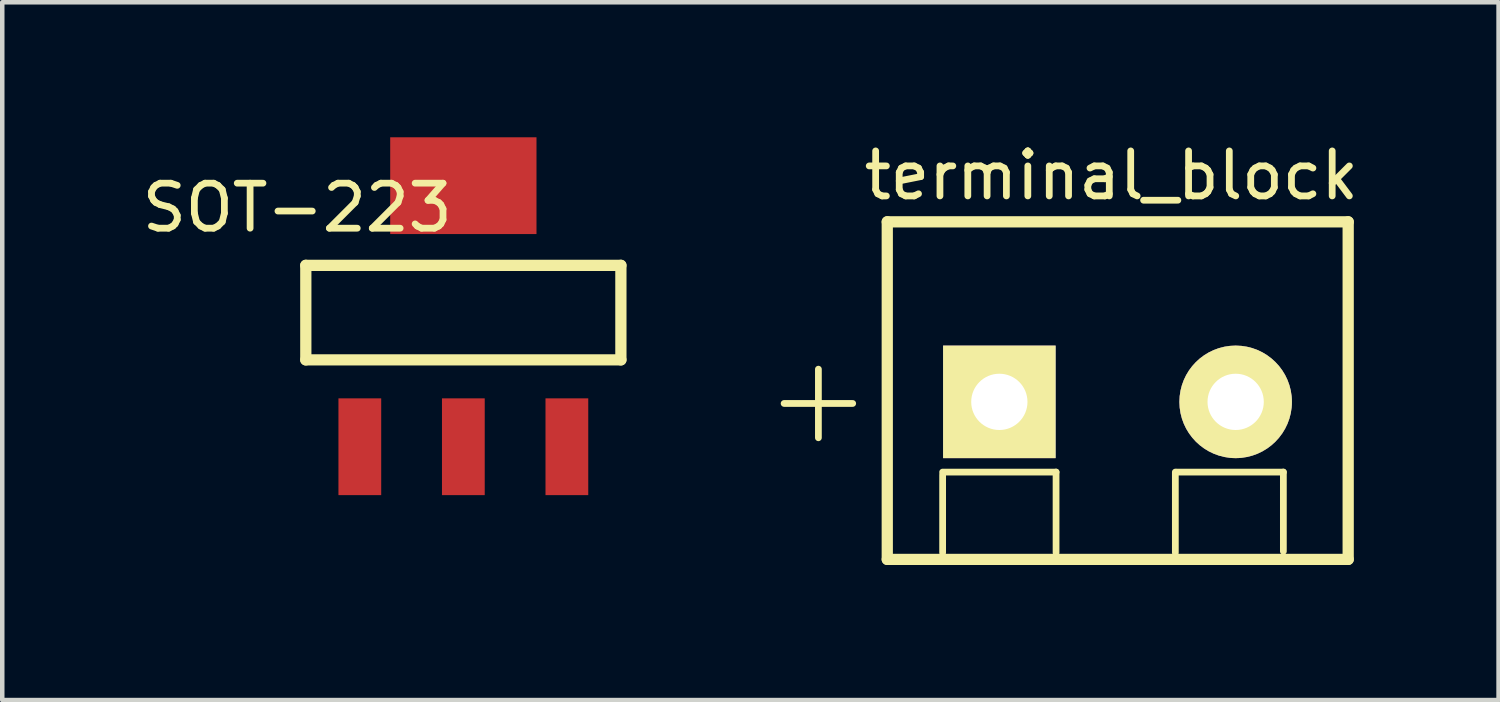
<source format=kicad_pcb>
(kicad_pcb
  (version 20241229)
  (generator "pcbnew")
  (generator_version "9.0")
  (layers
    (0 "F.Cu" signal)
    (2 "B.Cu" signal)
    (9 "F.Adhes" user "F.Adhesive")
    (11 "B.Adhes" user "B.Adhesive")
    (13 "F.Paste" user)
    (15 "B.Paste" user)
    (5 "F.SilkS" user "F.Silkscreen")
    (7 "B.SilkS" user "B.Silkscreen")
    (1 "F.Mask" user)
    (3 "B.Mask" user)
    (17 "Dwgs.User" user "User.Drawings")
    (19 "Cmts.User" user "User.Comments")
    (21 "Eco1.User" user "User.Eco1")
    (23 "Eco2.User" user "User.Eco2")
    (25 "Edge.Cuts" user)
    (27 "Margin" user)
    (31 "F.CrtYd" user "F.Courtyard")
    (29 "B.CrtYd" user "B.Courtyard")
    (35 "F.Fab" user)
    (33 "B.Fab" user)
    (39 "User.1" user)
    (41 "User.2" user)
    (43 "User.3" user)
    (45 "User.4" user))
  (footprint "terminal_block"
    (layer "F.Cu")
    (at 19.152 5.878)
    (property "Reference" "terminal_block" (at 2.49 -5.03 0) (layer "F.SilkS") (effects (font (size 1 1) (thickness 0.15))))
    (attr through_hole)
    (fp_line (start -2.49 -4) (end -2.49 3.5) (stroke (width 0.25) (type solid)) (layer "F.SilkS"))
    (fp_line (start -2.49 -4) (end 7.75 -4) (stroke (width 0.25) (type solid)) (layer "F.SilkS"))
    (fp_line (start -2.49 3.5) (end 7.75 3.5) (stroke (width 0.25) (type solid)) (layer "F.SilkS"))
    (fp_line (start -1.26 1.56) (end 1.26 1.56) (stroke (width 0.15) (type solid)) (layer "F.SilkS"))
    (fp_line (start -1.26 1.62) (end -1.26 3.35) (stroke (width 0.15) (type solid)) (layer "F.SilkS"))
    (fp_line (start 1.26 1.56) (end 1.26 3.35) (stroke (width 0.15) (type solid)) (layer "F.SilkS"))
    (fp_line (start 3.91 1.56) (end 3.91 3.35) (stroke (width 0.15) (type solid)) (layer "F.SilkS"))
    (fp_line (start 3.94 1.56) (end 6.31 1.56) (stroke (width 0.15) (type solid)) (layer "F.SilkS"))
    (fp_line (start 6.31 1.56) (end 6.31 3.32) (stroke (width 0.15) (type solid)) (layer "F.SilkS"))
    (fp_line (start 7.75 -4) (end 7.75 3.5) (stroke (width 0.25) (type solid)) (layer "F.SilkS"))
    (fp_text user "+" (at -4.02 -0.12 0) (layer "F.SilkS") (effects (font (size 2 2) (thickness 0.15))))
    (pad "1" thru_hole rect (at 0 0) (size 2.5 2.5) (drill 1.25) (layers "*.Cu" "*.Mask" "F.SilkS"))
    (pad "2" thru_hole circle (at 5.25 0) (size 2.5 2.5) (drill 1.25) (layers "*.Cu" "*.Mask" "F.SilkS")))
  (footprint "SOT-223"
    (layer "F.Cu")
    (at 7.244 6.875)
    (property "Reference" "SOT-223" (at -3.69 -5.31 0) (layer "F.SilkS") (effects (font (size 1 1) (thickness 0.15))))
    (attr through_hole)
    (fp_line (start -3.5 -4.03) (end -3.5 -1.93) (stroke (width 0.25) (type solid)) (layer "F.SilkS"))
    (fp_line (start -3.5 -4.03) (end 3.5 -4.03) (stroke (width 0.25) (type solid)) (layer "F.SilkS"))
    (fp_line (start 3.5 -4.03) (end 3.5 -1.93) (stroke (width 0.25) (type solid)) (layer "F.SilkS"))
    (fp_line (start 3.5 -1.93) (end -3.5 -1.93) (stroke (width 0.25) (type solid)) (layer "F.SilkS"))
    (pad "1" smd rect (at -2.3 0) (size 0.95 2.15) (layers "F.Cu" "F.Mask" "F.Paste"))
    (pad "2" smd rect (at 0 -5.8) (size 3.25 2.15) (layers "F.Cu" "F.Mask" "F.Paste"))
    (pad "2" smd rect (at 0 0) (size 0.95 2.15) (layers "F.Cu" "F.Mask" "F.Paste"))
    (pad "3" smd rect (at 2.3 0) (size 0.95 2.15) (layers "F.Cu" "F.Mask" "F.Paste")))
  (gr_rect
    (start -3 -3)
    (end 30.243 12.503)
    (stroke (width 0.1) (type default))
    (fill no)
    (layer "Edge.Cuts")))
</source>
